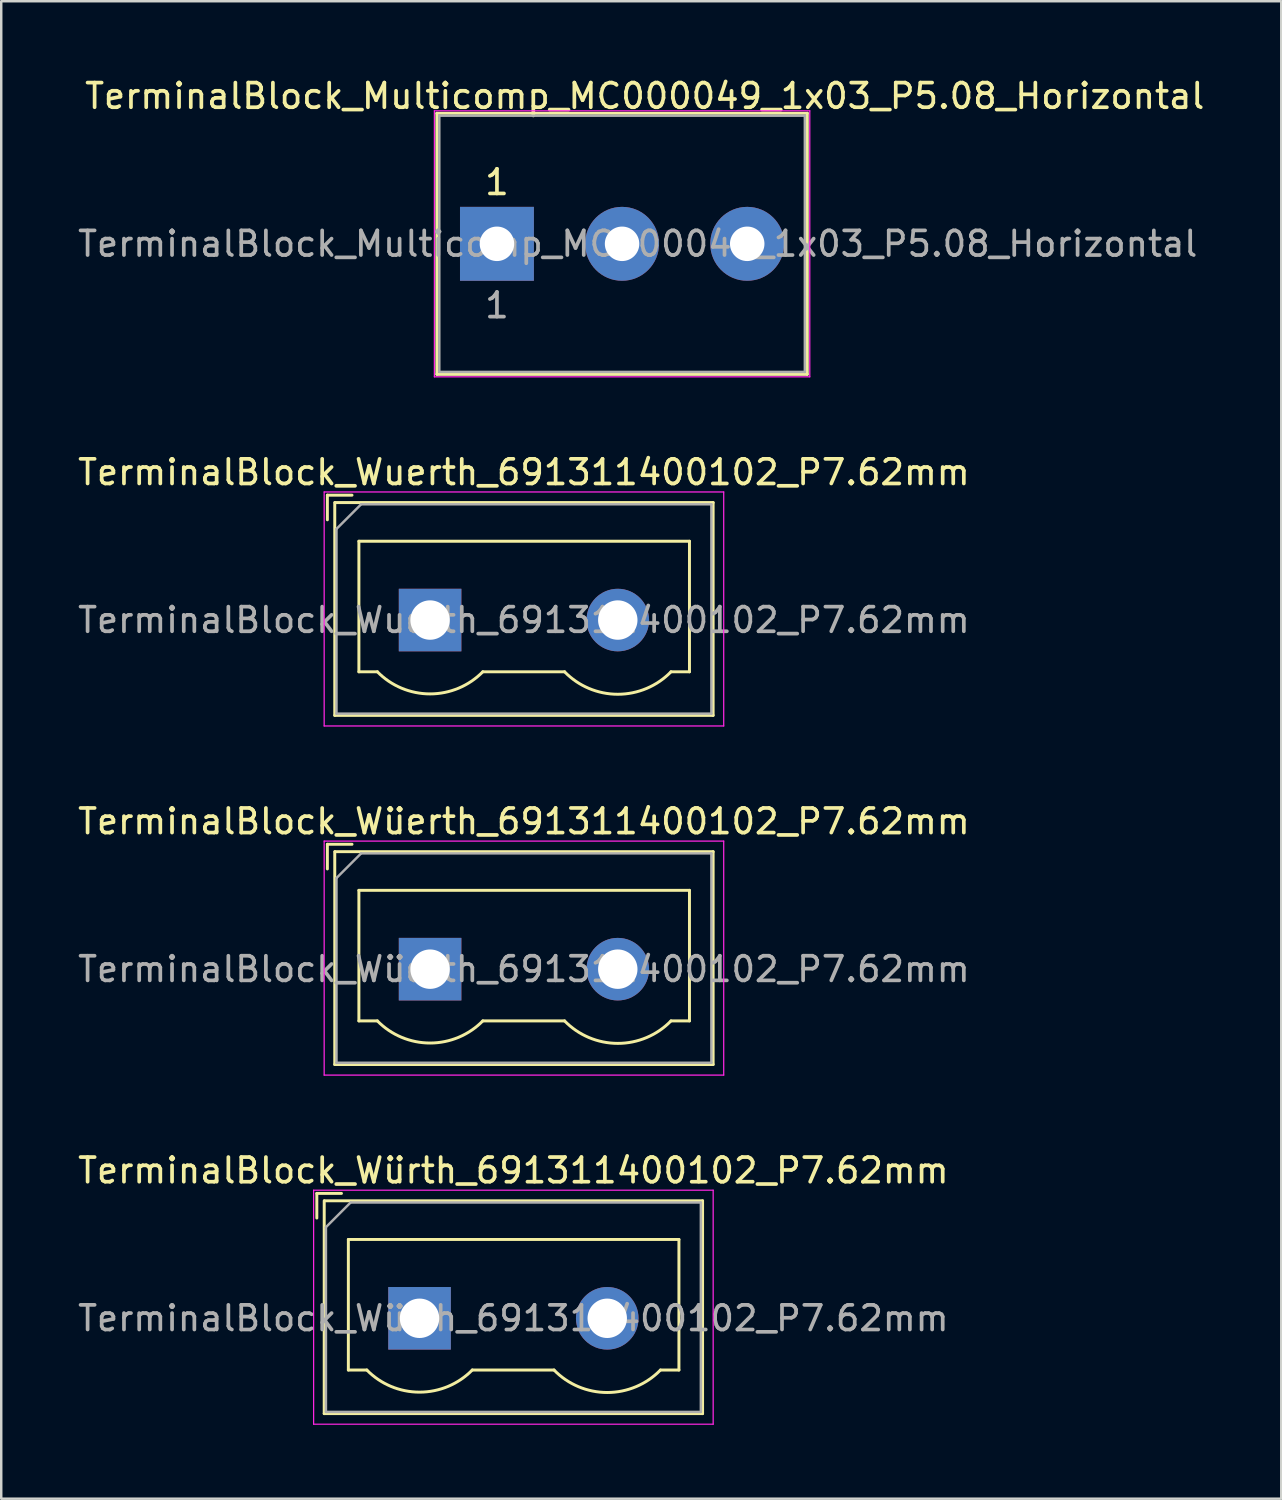
<source format=kicad_pcb>
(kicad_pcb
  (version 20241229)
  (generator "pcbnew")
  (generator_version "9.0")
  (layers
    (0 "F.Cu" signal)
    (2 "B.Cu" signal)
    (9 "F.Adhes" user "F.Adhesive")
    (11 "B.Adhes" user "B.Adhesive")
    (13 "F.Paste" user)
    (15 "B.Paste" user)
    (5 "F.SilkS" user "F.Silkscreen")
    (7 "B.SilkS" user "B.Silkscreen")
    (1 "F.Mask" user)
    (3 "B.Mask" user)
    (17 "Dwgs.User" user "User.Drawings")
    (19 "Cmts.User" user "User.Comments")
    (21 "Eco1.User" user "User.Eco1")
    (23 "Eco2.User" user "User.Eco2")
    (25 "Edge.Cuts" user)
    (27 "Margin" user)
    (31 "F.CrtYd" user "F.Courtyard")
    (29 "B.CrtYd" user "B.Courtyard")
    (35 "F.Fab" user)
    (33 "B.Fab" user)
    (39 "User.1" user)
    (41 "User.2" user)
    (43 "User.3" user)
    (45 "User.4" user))
  (footprint "TerminalBlock_Wuerth_691311400102_P7.62mm"
    (layer "F.Cu")
    (at 14.41 22.122)
    (property "Reference" "TerminalBlock_Wuerth_691311400102_P7.62mm" (at 3.81 -6 0) (layer "F.SilkS") (effects (font (size 1 1) (thickness 0.15))))
    (attr through_hole)
    (fp_line (start -4.17 -5.07) (end -4.17 -4.07) (stroke (width 0.12) (type solid)) (layer "F.SilkS"))
    (fp_line (start -4.17 -5.07) (end -3.17 -5.07) (stroke (width 0.12) (type solid)) (layer "F.SilkS"))
    (fp_line (start -3.87 3.87) (end -3.87 -4.77) (stroke (width 0.12) (type solid)) (layer "F.SilkS"))
    (fp_line (start -3.86 -4.77) (end 11.49 -4.77) (stroke (width 0.12) (type solid)) (layer "F.SilkS"))
    (fp_line (start -2.89 -3.2) (end -2.89 2.1) (stroke (width 0.12) (type solid)) (layer "F.SilkS"))
    (fp_line (start -2.89 2.1) (end -2.14 2.1) (stroke (width 0.12) (type solid)) (layer "F.SilkS"))
    (fp_line (start 2.14 2.1) (end 5.46 2.1) (stroke (width 0.12) (type solid)) (layer "F.SilkS"))
    (fp_line (start 9.78 2.1) (end 10.53 2.1) (stroke (width 0.12) (type solid)) (layer "F.SilkS"))
    (fp_line (start 10.53 -3.2) (end -2.89 -3.2) (stroke (width 0.12) (type solid)) (layer "F.SilkS"))
    (fp_line (start 10.53 2.1) (end 10.53 -3.2) (stroke (width 0.12) (type solid)) (layer "F.SilkS"))
    (fp_line (start 11.49 -4.77) (end 11.49 3.87) (stroke (width 0.12) (type solid)) (layer "F.SilkS"))
    (fp_line (start 11.49 3.87) (end -3.87 3.87) (stroke (width 0.12) (type solid)) (layer "F.SilkS"))
    (fp_arc (start 2.140696 2.099291) (mid 0.000497 2.998266) (end -2.14 2.1) (stroke (width 0.12) (type solid)) (layer "F.SilkS"))
    (fp_arc (start 9.779492 2.100522) (mid 7.619636 3.012573) (end 5.46 2.1) (stroke (width 0.12) (type solid)) (layer "F.SilkS"))
    (fp_line (start -4.3 -5.2) (end 11.92 -5.2) (stroke (width 0.05) (type solid)) (layer "F.CrtYd"))
    (fp_line (start -4.3 4.3) (end -4.3 -5.2) (stroke (width 0.05) (type solid)) (layer "F.CrtYd"))
    (fp_line (start 11.92 -5.2) (end 11.92 4.3) (stroke (width 0.05) (type solid)) (layer "F.CrtYd"))
    (fp_line (start 11.92 4.3) (end -4.3 4.3) (stroke (width 0.05) (type solid)) (layer "F.CrtYd"))
    (fp_line (start -3.8 -3.7) (end -2.8 -4.7) (stroke (width 0.1) (type solid)) (layer "F.Fab"))
    (fp_line (start -3.8 3.8) (end -3.8 -3.7) (stroke (width 0.1) (type solid)) (layer "F.Fab"))
    (fp_line (start -2.8 -4.7) (end 11.42 -4.7) (stroke (width 0.1) (type solid)) (layer "F.Fab"))
    (fp_line (start 11.42 -4.7) (end 11.42 3.8) (stroke (width 0.1) (type solid)) (layer "F.Fab"))
    (fp_line (start 11.42 3.8) (end -3.8 3.8) (stroke (width 0.1) (type solid)) (layer "F.Fab"))
    (fp_text user "${REFERENCE}" (at 3.81 0 0) (layer "F.Fab") (effects (font (size 1 1) (thickness 0.15))))
    (pad "1" thru_hole rect (at 0 0) (size 2.54 2.54) (drill 1.6) (layers "*.Cu" "*.Mask"))
    (pad "2" thru_hole circle (at 7.62 0) (size 2.54 2.54) (drill 1.6) (layers "*.Cu" "*.Mask")))
  (footprint "TerminalBlock_Wüerth_691311400102_P7.62mm"
    (layer "F.Cu")
    (at 14.41 36.295)
    (property "Reference" "TerminalBlock_Wüerth_691311400102_P7.62mm" (at 3.81 -6 0) (layer "F.SilkS") (effects (font (size 1 1) (thickness 0.15))))
    (attr through_hole)
    (fp_line (start -4.17 -5.07) (end -4.17 -4.07) (stroke (width 0.12) (type solid)) (layer "F.SilkS"))
    (fp_line (start -4.17 -5.07) (end -3.17 -5.07) (stroke (width 0.12) (type solid)) (layer "F.SilkS"))
    (fp_line (start -3.87 3.87) (end -3.87 -4.77) (stroke (width 0.12) (type solid)) (layer "F.SilkS"))
    (fp_line (start -3.86 -4.77) (end 11.49 -4.77) (stroke (width 0.12) (type solid)) (layer "F.SilkS"))
    (fp_line (start -2.89 -3.2) (end -2.89 2.1) (stroke (width 0.12) (type solid)) (layer "F.SilkS"))
    (fp_line (start -2.89 2.1) (end -2.14 2.1) (stroke (width 0.12) (type solid)) (layer "F.SilkS"))
    (fp_line (start 2.14 2.1) (end 5.46 2.1) (stroke (width 0.12) (type solid)) (layer "F.SilkS"))
    (fp_line (start 9.78 2.1) (end 10.53 2.1) (stroke (width 0.12) (type solid)) (layer "F.SilkS"))
    (fp_line (start 10.53 -3.2) (end -2.89 -3.2) (stroke (width 0.12) (type solid)) (layer "F.SilkS"))
    (fp_line (start 10.53 2.1) (end 10.53 -3.2) (stroke (width 0.12) (type solid)) (layer "F.SilkS"))
    (fp_line (start 11.49 -4.77) (end 11.49 3.87) (stroke (width 0.12) (type solid)) (layer "F.SilkS"))
    (fp_line (start 11.49 3.87) (end -3.87 3.87) (stroke (width 0.12) (type solid)) (layer "F.SilkS"))
    (fp_arc (start 2.140696 2.099291) (mid 0.000497 2.998266) (end -2.14 2.1) (stroke (width 0.12) (type solid)) (layer "F.SilkS"))
    (fp_arc (start 9.779492 2.100522) (mid 7.619636 3.012573) (end 5.46 2.1) (stroke (width 0.12) (type solid)) (layer "F.SilkS"))
    (fp_line (start -4.3 -5.2) (end 11.92 -5.2) (stroke (width 0.05) (type solid)) (layer "F.CrtYd"))
    (fp_line (start -4.3 4.3) (end -4.3 -5.2) (stroke (width 0.05) (type solid)) (layer "F.CrtYd"))
    (fp_line (start 11.92 -5.2) (end 11.92 4.3) (stroke (width 0.05) (type solid)) (layer "F.CrtYd"))
    (fp_line (start 11.92 4.3) (end -4.3 4.3) (stroke (width 0.05) (type solid)) (layer "F.CrtYd"))
    (fp_line (start -3.8 -3.7) (end -2.8 -4.7) (stroke (width 0.1) (type solid)) (layer "F.Fab"))
    (fp_line (start -3.8 3.8) (end -3.8 -3.7) (stroke (width 0.1) (type solid)) (layer "F.Fab"))
    (fp_line (start -2.8 -4.7) (end 11.42 -4.7) (stroke (width 0.1) (type solid)) (layer "F.Fab"))
    (fp_line (start 11.42 -4.7) (end 11.42 3.8) (stroke (width 0.1) (type solid)) (layer "F.Fab"))
    (fp_line (start 11.42 3.8) (end -3.8 3.8) (stroke (width 0.1) (type solid)) (layer "F.Fab"))
    (fp_text user "${REFERENCE}" (at 3.81 0 0) (layer "F.Fab") (effects (font (size 1 1) (thickness 0.15))))
    (pad "1" thru_hole rect (at 0 0) (size 2.54 2.54) (drill 1.6) (layers "*.Cu" "*.Mask"))
    (pad "2" thru_hole circle (at 7.62 0) (size 2.54 2.54) (drill 1.6) (layers "*.Cu" "*.Mask")))
  (footprint "TerminalBlock_Würth_691311400102_P7.62mm"
    (layer "F.Cu")
    (at 13.982 50.468)
    (property "Reference" "TerminalBlock_Würth_691311400102_P7.62mm" (at 3.81 -6 0) (layer "F.SilkS") (effects (font (size 1 1) (thickness 0.15))))
    (attr through_hole)
    (fp_line (start -4.17 -5.07) (end -4.17 -4.07) (stroke (width 0.12) (type solid)) (layer "F.SilkS"))
    (fp_line (start -4.17 -5.07) (end -3.17 -5.07) (stroke (width 0.12) (type solid)) (layer "F.SilkS"))
    (fp_line (start -3.87 3.87) (end -3.87 -4.77) (stroke (width 0.12) (type solid)) (layer "F.SilkS"))
    (fp_line (start -3.86 -4.77) (end 11.49 -4.77) (stroke (width 0.12) (type solid)) (layer "F.SilkS"))
    (fp_line (start -2.89 -3.2) (end -2.89 2.1) (stroke (width 0.12) (type solid)) (layer "F.SilkS"))
    (fp_line (start -2.89 2.1) (end -2.14 2.1) (stroke (width 0.12) (type solid)) (layer "F.SilkS"))
    (fp_line (start 2.14 2.1) (end 5.46 2.1) (stroke (width 0.12) (type solid)) (layer "F.SilkS"))
    (fp_line (start 9.78 2.1) (end 10.53 2.1) (stroke (width 0.12) (type solid)) (layer "F.SilkS"))
    (fp_line (start 10.53 -3.2) (end -2.89 -3.2) (stroke (width 0.12) (type solid)) (layer "F.SilkS"))
    (fp_line (start 10.53 2.1) (end 10.53 -3.2) (stroke (width 0.12) (type solid)) (layer "F.SilkS"))
    (fp_line (start 11.49 -4.77) (end 11.49 3.87) (stroke (width 0.12) (type solid)) (layer "F.SilkS"))
    (fp_line (start 11.49 3.87) (end -3.87 3.87) (stroke (width 0.12) (type solid)) (layer "F.SilkS"))
    (fp_arc (start 2.140696 2.099291) (mid 0.000497 2.998266) (end -2.14 2.1) (stroke (width 0.12) (type solid)) (layer "F.SilkS"))
    (fp_arc (start 9.779492 2.100522) (mid 7.619636 3.012573) (end 5.46 2.1) (stroke (width 0.12) (type solid)) (layer "F.SilkS"))
    (fp_line (start -4.3 -5.2) (end 11.92 -5.2) (stroke (width 0.05) (type solid)) (layer "F.CrtYd"))
    (fp_line (start -4.3 4.3) (end -4.3 -5.2) (stroke (width 0.05) (type solid)) (layer "F.CrtYd"))
    (fp_line (start 11.92 -5.2) (end 11.92 4.3) (stroke (width 0.05) (type solid)) (layer "F.CrtYd"))
    (fp_line (start 11.92 4.3) (end -4.3 4.3) (stroke (width 0.05) (type solid)) (layer "F.CrtYd"))
    (fp_line (start -3.8 -3.7) (end -2.8 -4.7) (stroke (width 0.1) (type solid)) (layer "F.Fab"))
    (fp_line (start -3.8 3.8) (end -3.8 -3.7) (stroke (width 0.1) (type solid)) (layer "F.Fab"))
    (fp_line (start -2.8 -4.7) (end 11.42 -4.7) (stroke (width 0.1) (type solid)) (layer "F.Fab"))
    (fp_line (start 11.42 -4.7) (end 11.42 3.8) (stroke (width 0.1) (type solid)) (layer "F.Fab"))
    (fp_line (start 11.42 3.8) (end -3.8 3.8) (stroke (width 0.1) (type solid)) (layer "F.Fab"))
    (fp_text user "${REFERENCE}" (at 3.81 0 0) (layer "F.Fab") (effects (font (size 1 1) (thickness 0.15))))
    (pad "1" thru_hole rect (at 0 0) (size 2.54 2.54) (drill 1.6) (layers "*.Cu" "*.Mask"))
    (pad "2" thru_hole circle (at 7.62 0) (size 2.54 2.54) (drill 1.6) (layers "*.Cu" "*.Mask")))
  (footprint "TerminalBlock_Multicomp_MC000049_1x03_P5.08_Horizontal"
    (layer "F.Cu")
    (at 17.124 6.848)
    (property "Reference" "TerminalBlock_Multicomp_MC000049_1x03_P5.08_Horizontal" (at 6 -6 0) (layer "F.SilkS") (effects (font (size 1 1) (thickness 0.15))))
    (attr through_hole)
    (fp_line (start -2.44 -5.3) (end -2.44 5.3) (stroke (width 0.12) (type solid)) (layer "F.SilkS"))
    (fp_line (start -2.44 -5.3) (end 12.6 -5.3) (stroke (width 0.12) (type solid)) (layer "F.SilkS"))
    (fp_line (start 12.6 5.3) (end -2.44 5.3) (stroke (width 0.12) (type solid)) (layer "F.SilkS"))
    (fp_line (start 12.6 5.3) (end 12.6 -5.3) (stroke (width 0.12) (type solid)) (layer "F.SilkS"))
    (fp_line (start -2.54 -5.4) (end -2.54 5.4) (stroke (width 0.05) (type solid)) (layer "F.CrtYd"))
    (fp_line (start -2.54 -5.4) (end 12.7 -5.4) (stroke (width 0.05) (type solid)) (layer "F.CrtYd"))
    (fp_line (start 12.7 5.4) (end -2.54 5.4) (stroke (width 0.05) (type solid)) (layer "F.CrtYd"))
    (fp_line (start 12.7 5.4) (end 12.7 -5.4) (stroke (width 0.05) (type solid)) (layer "F.CrtYd"))
    (fp_line (start -2.34 -5.2) (end -2.34 5.2) (stroke (width 0.1) (type solid)) (layer "F.Fab"))
    (fp_line (start -2.34 -5.2) (end 12.5 -5.2) (stroke (width 0.1) (type solid)) (layer "F.Fab"))
    (fp_line (start 12.5 5.2) (end -2.34 5.2) (stroke (width 0.1) (type solid)) (layer "F.Fab"))
    (fp_line (start 12.5 5.2) (end 12.5 -5.2) (stroke (width 0.1) (type solid)) (layer "F.Fab"))
    (fp_text user "1" (at 0 -2.5 0) (layer "F.SilkS") (effects (font (size 1 1) (thickness 0.15))))
    (fp_text user "1" (at 0 2.5 0) (layer "F.Fab") (effects (font (size 1 1) (thickness 0.15))))
    (fp_text user "${REFERENCE}" (at 5.715 0 0) (layer "F.Fab") (effects (font (size 1 1) (thickness 0.15))))
    (pad "1" thru_hole rect (at 0 0) (size 3 3) (drill 1.4) (layers "*.Cu" "*.Mask"))
    (pad "2" thru_hole circle (at 5.08 0) (size 3 3) (drill 1.4) (layers "*.Cu" "*.Mask"))
    (pad "3" thru_hole circle (at 10.16 0) (size 3 3) (drill 1.4) (layers "*.Cu" "*.Mask")))
  (gr_rect
    (start -3 -3)
    (end 48.964 57.793)
    (stroke (width 0.1) (type default))
    (fill no)
    (layer "Edge.Cuts")))
</source>
